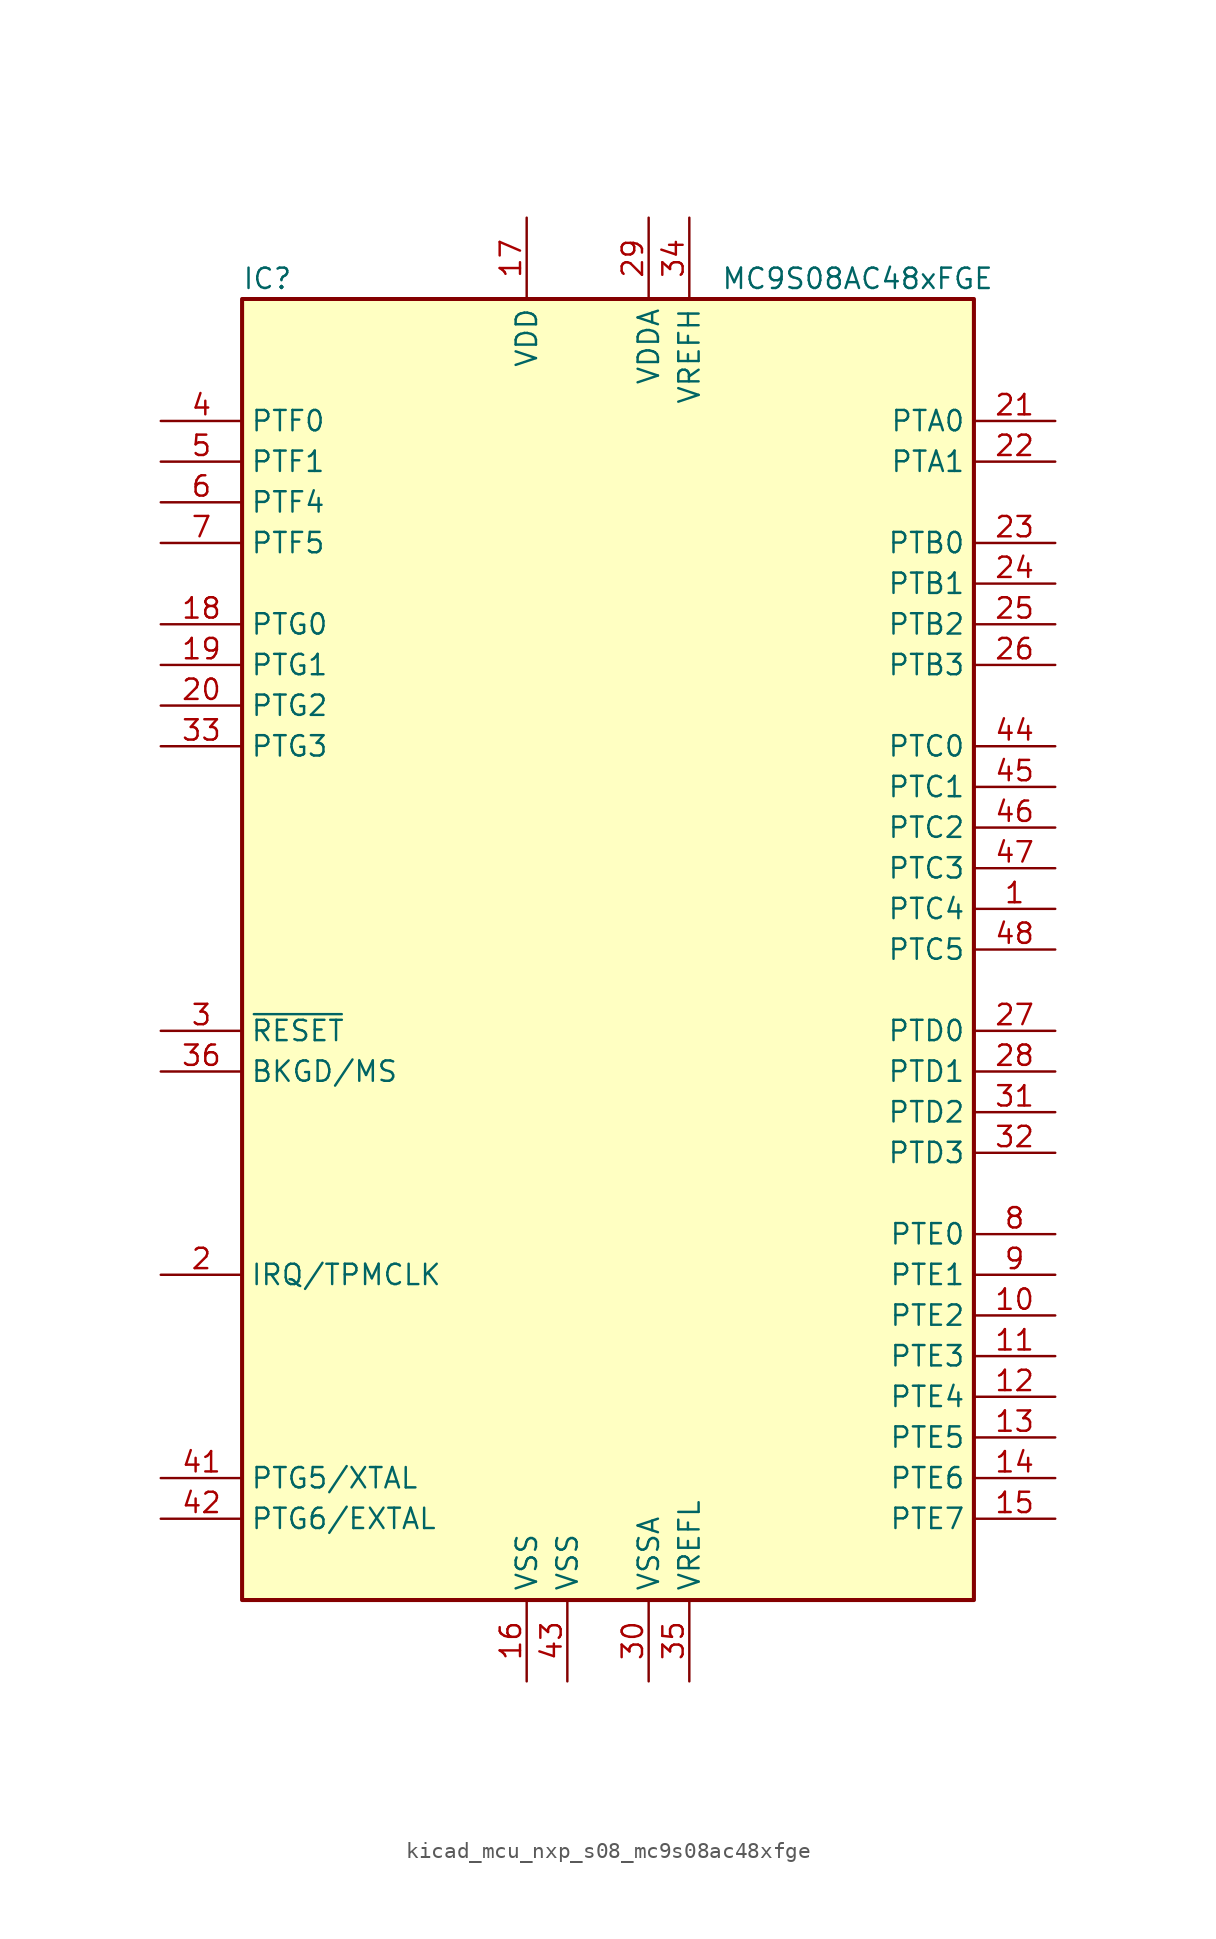
<source format=kicad_sym>
(kicad_symbol_lib
  (version 20220914)
  (generator kicad_symbol_editor)
  (symbol "kicad_mcu_nxp_s08_mc9s08ac48xfge"
    (property "Reference" "IC"
      (at -22.86 41.91 0)
      (effects (font (size 1.27 1.27)) (justify left)))
    (property "Value" "MC9S08AC48xFGE"
      (at 24.13 41.91 0)
      (effects (font (size 1.27 1.27)) (justify right)))
    (symbol "kicad_mcu_nxp_s08_mc9s08ac48xfge_0_1"
      (rectangle (start -22.86 40.64) (end 22.86 -40.64) (stroke (width 0.254) (type default)) (fill (type background))))
    (symbol "kicad_mcu_nxp_s08_mc9s08ac48xfge_1_1"
      (pin bidirectional line (at 27.94 2.54 180) (length 5.08) (name "PTC4" (effects (font (size 1.27 1.27)))) (number "1" (effects (font (size 1.27 1.27)))))
      (pin bidirectional line (at 27.94 -22.86 180) (length 5.08) (name "PTE2" (effects (font (size 1.27 1.27)))) (number "10" (effects (font (size 1.27 1.27)))))
      (pin bidirectional line (at 27.94 -25.4 180) (length 5.08) (name "PTE3" (effects (font (size 1.27 1.27)))) (number "11" (effects (font (size 1.27 1.27)))))
      (pin bidirectional line (at 27.94 -27.94 180) (length 5.08) (name "PTE4" (effects (font (size 1.27 1.27)))) (number "12" (effects (font (size 1.27 1.27)))))
      (pin bidirectional line (at 27.94 -30.48 180) (length 5.08) (name "PTE5" (effects (font (size 1.27 1.27)))) (number "13" (effects (font (size 1.27 1.27)))))
      (pin bidirectional line (at 27.94 -33.02 180) (length 5.08) (name "PTE6" (effects (font (size 1.27 1.27)))) (number "14" (effects (font (size 1.27 1.27)))))
      (pin bidirectional line (at 27.94 -35.56 180) (length 5.08) (name "PTE7" (effects (font (size 1.27 1.27)))) (number "15" (effects (font (size 1.27 1.27)))))
      (pin power_in line (at -5.08 -45.72 90) (length 5.08) (name "VSS" (effects (font (size 1.27 1.27)))) (number "16" (effects (font (size 1.27 1.27)))))
      (pin power_in line (at -5.08 45.72 270) (length 5.08) (name "VDD" (effects (font (size 1.27 1.27)))) (number "17" (effects (font (size 1.27 1.27)))))
      (pin bidirectional line (at -27.94 20.32 0) (length 5.08) (name "PTG0" (effects (font (size 1.27 1.27)))) (number "18" (effects (font (size 1.27 1.27)))))
      (pin bidirectional line (at -27.94 17.78 0) (length 5.08) (name "PTG1" (effects (font (size 1.27 1.27)))) (number "19" (effects (font (size 1.27 1.27)))))
      (pin input line (at -27.94 -20.32 0) (length 5.08) (name "IRQ/TPMCLK" (effects (font (size 1.27 1.27)))) (number "2" (effects (font (size 1.27 1.27)))))
      (pin bidirectional line (at -27.94 15.24 0) (length 5.08) (name "PTG2" (effects (font (size 1.27 1.27)))) (number "20" (effects (font (size 1.27 1.27)))))
      (pin bidirectional line (at 27.94 33.02 180) (length 5.08) (name "PTA0" (effects (font (size 1.27 1.27)))) (number "21" (effects (font (size 1.27 1.27)))))
      (pin bidirectional line (at 27.94 30.48 180) (length 5.08) (name "PTA1" (effects (font (size 1.27 1.27)))) (number "22" (effects (font (size 1.27 1.27)))))
      (pin bidirectional line (at 27.94 25.4 180) (length 5.08) (name "PTB0" (effects (font (size 1.27 1.27)))) (number "23" (effects (font (size 1.27 1.27)))))
      (pin bidirectional line (at 27.94 22.86 180) (length 5.08) (name "PTB1" (effects (font (size 1.27 1.27)))) (number "24" (effects (font (size 1.27 1.27)))))
      (pin bidirectional line (at 27.94 20.32 180) (length 5.08) (name "PTB2" (effects (font (size 1.27 1.27)))) (number "25" (effects (font (size 1.27 1.27)))))
      (pin bidirectional line (at 27.94 17.78 180) (length 5.08) (name "PTB3" (effects (font (size 1.27 1.27)))) (number "26" (effects (font (size 1.27 1.27)))))
      (pin bidirectional line (at 27.94 -5.08 180) (length 5.08) (name "PTD0" (effects (font (size 1.27 1.27)))) (number "27" (effects (font (size 1.27 1.27)))))
      (pin bidirectional line (at 27.94 -7.62 180) (length 5.08) (name "PTD1" (effects (font (size 1.27 1.27)))) (number "28" (effects (font (size 1.27 1.27)))))
      (pin power_in line (at 2.54 45.72 270) (length 5.08) (name "VDDA" (effects (font (size 1.27 1.27)))) (number "29" (effects (font (size 1.27 1.27)))))
      (pin input line (at -27.94 -5.08 0) (length 5.08) (name "~{RESET}" (effects (font (size 1.27 1.27)))) (number "3" (effects (font (size 1.27 1.27)))))
      (pin power_in line (at 2.54 -45.72 90) (length 5.08) (name "VSSA" (effects (font (size 1.27 1.27)))) (number "30" (effects (font (size 1.27 1.27)))))
      (pin bidirectional line (at 27.94 -10.16 180) (length 5.08) (name "PTD2" (effects (font (size 1.27 1.27)))) (number "31" (effects (font (size 1.27 1.27)))))
      (pin bidirectional line (at 27.94 -12.7 180) (length 5.08) (name "PTD3" (effects (font (size 1.27 1.27)))) (number "32" (effects (font (size 1.27 1.27)))))
      (pin bidirectional line (at -27.94 12.7 0) (length 5.08) (name "PTG3" (effects (font (size 1.27 1.27)))) (number "33" (effects (font (size 1.27 1.27)))))
      (pin power_in line (at 5.08 45.72 270) (length 5.08) (name "VREFH" (effects (font (size 1.27 1.27)))) (number "34" (effects (font (size 1.27 1.27)))))
      (pin power_in line (at 5.08 -45.72 90) (length 5.08) (name "VREFL" (effects (font (size 1.27 1.27)))) (number "35" (effects (font (size 1.27 1.27)))))
      (pin bidirectional line (at -27.94 -7.62 0) (length 5.08) (name "BKGD/MS" (effects (font (size 1.27 1.27)))) (number "36" (effects (font (size 1.27 1.27)))))
      (pin bidirectional line (at -27.94 33.02 0) (length 5.08) (name "PTF0" (effects (font (size 1.27 1.27)))) (number "4" (effects (font (size 1.27 1.27)))))
      (pin bidirectional line (at -27.94 -33.02 0) (length 5.08) (name "PTG5/XTAL" (effects (font (size 1.27 1.27)))) (number "41" (effects (font (size 1.27 1.27)))))
      (pin bidirectional line (at -27.94 -35.56 0) (length 5.08) (name "PTG6/EXTAL" (effects (font (size 1.27 1.27)))) (number "42" (effects (font (size 1.27 1.27)))))
      (pin power_in line (at -2.54 -45.72 90) (length 5.08) (name "VSS" (effects (font (size 1.27 1.27)))) (number "43" (effects (font (size 1.27 1.27)))))
      (pin bidirectional line (at 27.94 12.7 180) (length 5.08) (name "PTC0" (effects (font (size 1.27 1.27)))) (number "44" (effects (font (size 1.27 1.27)))))
      (pin bidirectional line (at 27.94 10.16 180) (length 5.08) (name "PTC1" (effects (font (size 1.27 1.27)))) (number "45" (effects (font (size 1.27 1.27)))))
      (pin bidirectional line (at 27.94 7.62 180) (length 5.08) (name "PTC2" (effects (font (size 1.27 1.27)))) (number "46" (effects (font (size 1.27 1.27)))))
      (pin bidirectional line (at 27.94 5.08 180) (length 5.08) (name "PTC3" (effects (font (size 1.27 1.27)))) (number "47" (effects (font (size 1.27 1.27)))))
      (pin bidirectional line (at 27.94 0 180) (length 5.08) (name "PTC5" (effects (font (size 1.27 1.27)))) (number "48" (effects (font (size 1.27 1.27)))))
      (pin bidirectional line (at -27.94 30.48 0) (length 5.08) (name "PTF1" (effects (font (size 1.27 1.27)))) (number "5" (effects (font (size 1.27 1.27)))))
      (pin bidirectional line (at -27.94 27.94 0) (length 5.08) (name "PTF4" (effects (font (size 1.27 1.27)))) (number "6" (effects (font (size 1.27 1.27)))))
      (pin bidirectional line (at -27.94 25.4 0) (length 5.08) (name "PTF5" (effects (font (size 1.27 1.27)))) (number "7" (effects (font (size 1.27 1.27)))))
      (pin bidirectional line (at 27.94 -17.78 180) (length 5.08) (name "PTE0" (effects (font (size 1.27 1.27)))) (number "8" (effects (font (size 1.27 1.27)))))
      (pin bidirectional line (at 27.94 -20.32 180) (length 5.08) (name "PTE1" (effects (font (size 1.27 1.27)))) (number "9" (effects (font (size 1.27 1.27))))))))
</source>
